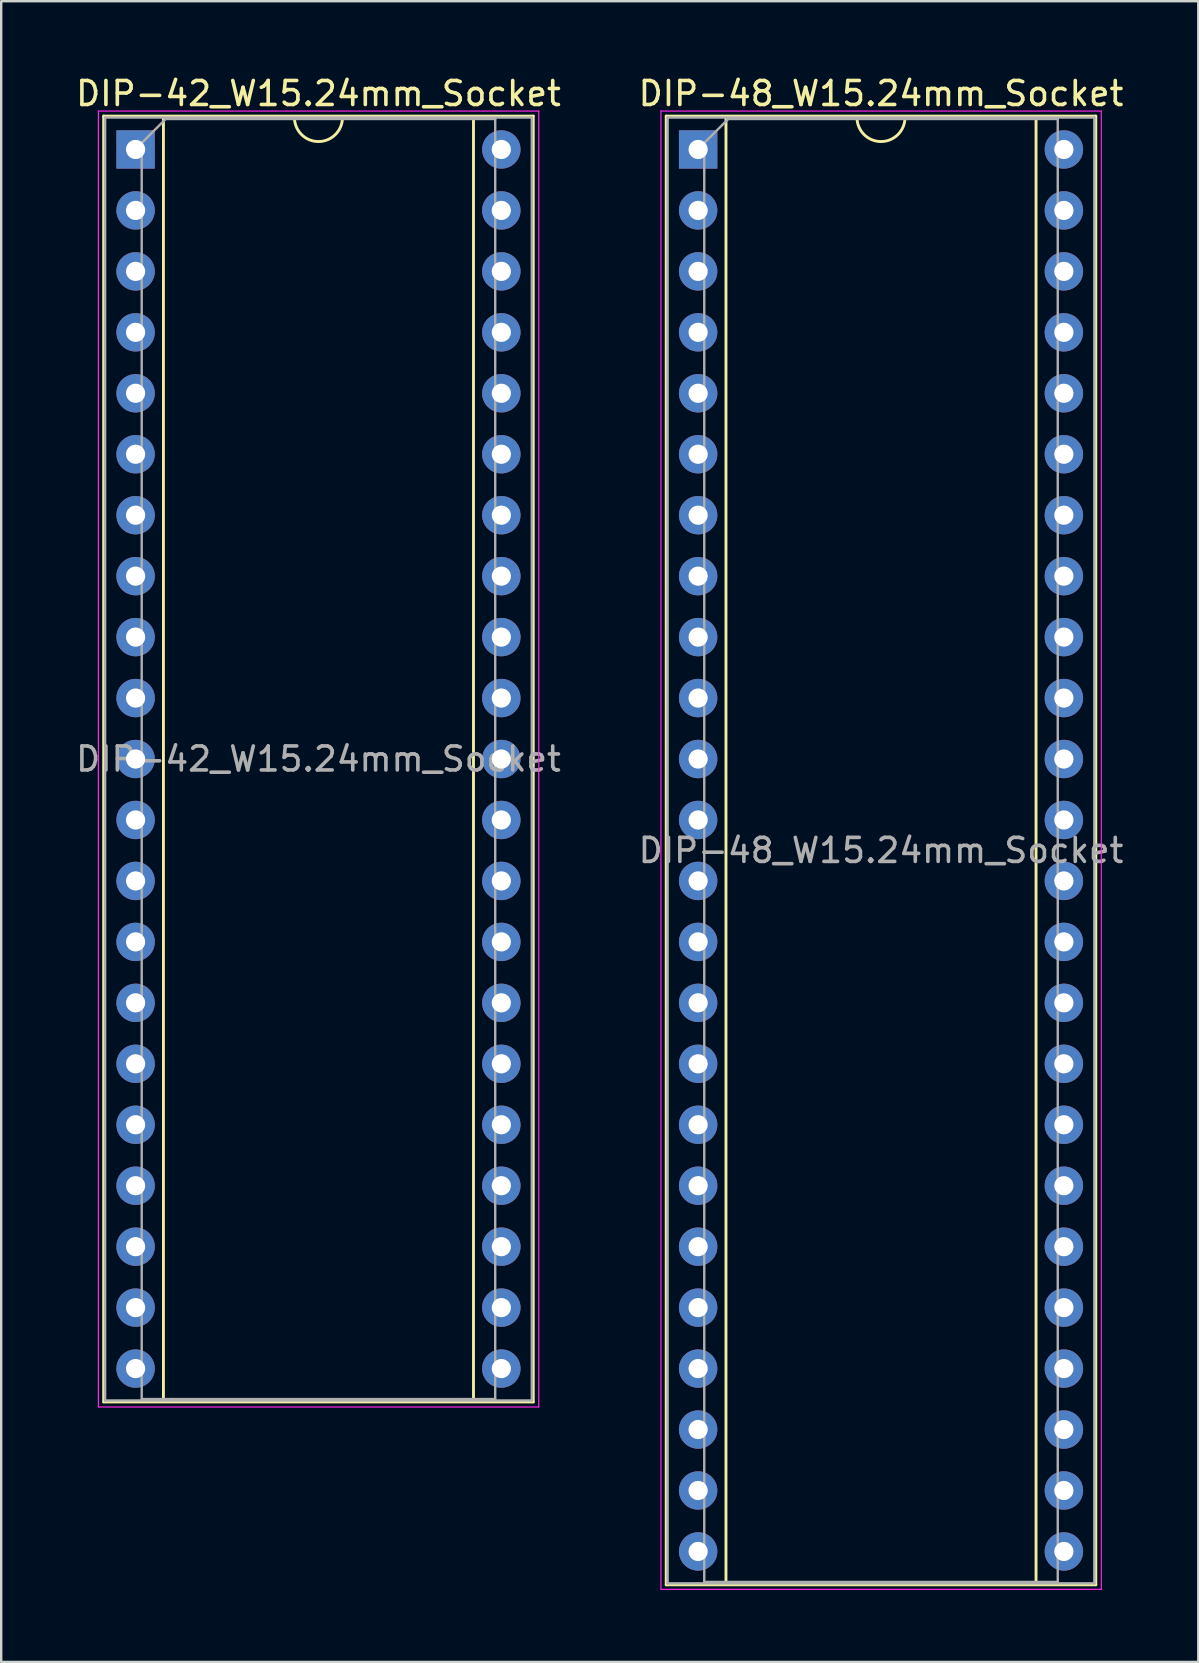
<source format=kicad_pcb>
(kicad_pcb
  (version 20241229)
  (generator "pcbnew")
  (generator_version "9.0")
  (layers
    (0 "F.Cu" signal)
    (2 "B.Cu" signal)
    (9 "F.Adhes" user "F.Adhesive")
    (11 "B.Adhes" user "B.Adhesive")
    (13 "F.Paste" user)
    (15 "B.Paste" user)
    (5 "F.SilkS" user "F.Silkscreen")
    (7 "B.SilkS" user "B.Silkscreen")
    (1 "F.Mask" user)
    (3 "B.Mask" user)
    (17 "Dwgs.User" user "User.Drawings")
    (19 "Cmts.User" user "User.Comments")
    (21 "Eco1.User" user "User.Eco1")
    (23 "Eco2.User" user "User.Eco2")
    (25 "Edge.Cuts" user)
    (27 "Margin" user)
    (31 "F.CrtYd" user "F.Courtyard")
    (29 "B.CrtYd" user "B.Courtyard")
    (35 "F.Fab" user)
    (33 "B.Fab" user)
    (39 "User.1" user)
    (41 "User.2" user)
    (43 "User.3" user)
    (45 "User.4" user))
  (footprint "DIP-42_W15.24mm_Socket"
    (layer "F.Cu")
    (at 2.6 3.178)
    (property "Reference" "DIP-42_W15.24mm_Socket" (at 7.62 -2.33 0) (layer "F.SilkS") (effects (font (size 1 1) (thickness 0.15))))
    (attr through_hole)
    (fp_line (start -1.33 -1.39) (end -1.33 52.19) (stroke (width 0.12) (type solid)) (layer "F.SilkS"))
    (fp_line (start -1.33 52.19) (end 16.57 52.19) (stroke (width 0.12) (type solid)) (layer "F.SilkS"))
    (fp_line (start 1.16 -1.33) (end 1.16 52.13) (stroke (width 0.12) (type solid)) (layer "F.SilkS"))
    (fp_line (start 1.16 52.13) (end 14.08 52.13) (stroke (width 0.12) (type solid)) (layer "F.SilkS"))
    (fp_line (start 6.62 -1.33) (end 1.16 -1.33) (stroke (width 0.12) (type solid)) (layer "F.SilkS"))
    (fp_line (start 14.08 -1.33) (end 8.62 -1.33) (stroke (width 0.12) (type solid)) (layer "F.SilkS"))
    (fp_line (start 14.08 52.13) (end 14.08 -1.33) (stroke (width 0.12) (type solid)) (layer "F.SilkS"))
    (fp_line (start 16.57 -1.39) (end -1.33 -1.39) (stroke (width 0.12) (type solid)) (layer "F.SilkS"))
    (fp_line (start 16.57 52.19) (end 16.57 -1.39) (stroke (width 0.12) (type solid)) (layer "F.SilkS"))
    (fp_arc (start 8.62 -1.33) (mid 7.62 -0.33) (end 6.62 -1.33) (stroke (width 0.12) (type solid)) (layer "F.SilkS"))
    (fp_line (start -1.55 -1.6) (end -1.55 52.4) (stroke (width 0.05) (type solid)) (layer "F.CrtYd"))
    (fp_line (start -1.55 52.4) (end 16.8 52.4) (stroke (width 0.05) (type solid)) (layer "F.CrtYd"))
    (fp_line (start 16.8 -1.6) (end -1.55 -1.6) (stroke (width 0.05) (type solid)) (layer "F.CrtYd"))
    (fp_line (start 16.8 52.4) (end 16.8 -1.6) (stroke (width 0.05) (type solid)) (layer "F.CrtYd"))
    (fp_line (start -1.27 -1.33) (end -1.27 52.13) (stroke (width 0.1) (type solid)) (layer "F.Fab"))
    (fp_line (start -1.27 52.13) (end 16.51 52.13) (stroke (width 0.1) (type solid)) (layer "F.Fab"))
    (fp_line (start 0.255 -0.27) (end 1.255 -1.27) (stroke (width 0.1) (type solid)) (layer "F.Fab"))
    (fp_line (start 0.255 52.07) (end 0.255 -0.27) (stroke (width 0.1) (type solid)) (layer "F.Fab"))
    (fp_line (start 1.255 -1.27) (end 14.985 -1.27) (stroke (width 0.1) (type solid)) (layer "F.Fab"))
    (fp_line (start 14.985 -1.27) (end 14.985 52.07) (stroke (width 0.1) (type solid)) (layer "F.Fab"))
    (fp_line (start 14.985 52.07) (end 0.255 52.07) (stroke (width 0.1) (type solid)) (layer "F.Fab"))
    (fp_line (start 16.51 -1.33) (end -1.27 -1.33) (stroke (width 0.1) (type solid)) (layer "F.Fab"))
    (fp_line (start 16.51 52.13) (end 16.51 -1.33) (stroke (width 0.1) (type solid)) (layer "F.Fab"))
    (fp_text user "${REFERENCE}" (at 7.62 25.4 0) (layer "F.Fab") (effects (font (size 1 1) (thickness 0.15))))
    (pad "1" thru_hole rect (at 0 0) (size 1.6 1.6) (drill 0.8) (layers "*.Cu" "*.Mask"))
    (pad "2" thru_hole oval (at 0 2.54) (size 1.6 1.6) (drill 0.8) (layers "*.Cu" "*.Mask"))
    (pad "3" thru_hole oval (at 0 5.08) (size 1.6 1.6) (drill 0.8) (layers "*.Cu" "*.Mask"))
    (pad "4" thru_hole oval (at 0 7.62) (size 1.6 1.6) (drill 0.8) (layers "*.Cu" "*.Mask"))
    (pad "5" thru_hole oval (at 0 10.16) (size 1.6 1.6) (drill 0.8) (layers "*.Cu" "*.Mask"))
    (pad "6" thru_hole oval (at 0 12.7) (size 1.6 1.6) (drill 0.8) (layers "*.Cu" "*.Mask"))
    (pad "7" thru_hole oval (at 0 15.24) (size 1.6 1.6) (drill 0.8) (layers "*.Cu" "*.Mask"))
    (pad "8" thru_hole oval (at 0 17.78) (size 1.6 1.6) (drill 0.8) (layers "*.Cu" "*.Mask"))
    (pad "9" thru_hole oval (at 0 20.32) (size 1.6 1.6) (drill 0.8) (layers "*.Cu" "*.Mask"))
    (pad "10" thru_hole oval (at 0 22.86) (size 1.6 1.6) (drill 0.8) (layers "*.Cu" "*.Mask"))
    (pad "11" thru_hole oval (at 0 25.4) (size 1.6 1.6) (drill 0.8) (layers "*.Cu" "*.Mask"))
    (pad "12" thru_hole oval (at 0 27.94) (size 1.6 1.6) (drill 0.8) (layers "*.Cu" "*.Mask"))
    (pad "13" thru_hole oval (at 0 30.48) (size 1.6 1.6) (drill 0.8) (layers "*.Cu" "*.Mask"))
    (pad "14" thru_hole oval (at 0 33.02) (size 1.6 1.6) (drill 0.8) (layers "*.Cu" "*.Mask"))
    (pad "15" thru_hole oval (at 0 35.56) (size 1.6 1.6) (drill 0.8) (layers "*.Cu" "*.Mask"))
    (pad "16" thru_hole oval (at 0 38.1) (size 1.6 1.6) (drill 0.8) (layers "*.Cu" "*.Mask"))
    (pad "17" thru_hole oval (at 0 40.64) (size 1.6 1.6) (drill 0.8) (layers "*.Cu" "*.Mask"))
    (pad "18" thru_hole oval (at 0 43.18) (size 1.6 1.6) (drill 0.8) (layers "*.Cu" "*.Mask"))
    (pad "19" thru_hole oval (at 0 45.72) (size 1.6 1.6) (drill 0.8) (layers "*.Cu" "*.Mask"))
    (pad "20" thru_hole oval (at 0 48.26) (size 1.6 1.6) (drill 0.8) (layers "*.Cu" "*.Mask"))
    (pad "21" thru_hole oval (at 0 50.8) (size 1.6 1.6) (drill 0.8) (layers "*.Cu" "*.Mask"))
    (pad "22" thru_hole oval (at 15.24 50.8) (size 1.6 1.6) (drill 0.8) (layers "*.Cu" "*.Mask"))
    (pad "23" thru_hole oval (at 15.24 48.26) (size 1.6 1.6) (drill 0.8) (layers "*.Cu" "*.Mask"))
    (pad "24" thru_hole oval (at 15.24 45.72) (size 1.6 1.6) (drill 0.8) (layers "*.Cu" "*.Mask"))
    (pad "25" thru_hole oval (at 15.24 43.18) (size 1.6 1.6) (drill 0.8) (layers "*.Cu" "*.Mask"))
    (pad "26" thru_hole oval (at 15.24 40.64) (size 1.6 1.6) (drill 0.8) (layers "*.Cu" "*.Mask"))
    (pad "27" thru_hole oval (at 15.24 38.1) (size 1.6 1.6) (drill 0.8) (layers "*.Cu" "*.Mask"))
    (pad "28" thru_hole oval (at 15.24 35.56) (size 1.6 1.6) (drill 0.8) (layers "*.Cu" "*.Mask"))
    (pad "29" thru_hole oval (at 15.24 33.02) (size 1.6 1.6) (drill 0.8) (layers "*.Cu" "*.Mask"))
    (pad "30" thru_hole oval (at 15.24 30.48) (size 1.6 1.6) (drill 0.8) (layers "*.Cu" "*.Mask"))
    (pad "31" thru_hole oval (at 15.24 27.94) (size 1.6 1.6) (drill 0.8) (layers "*.Cu" "*.Mask"))
    (pad "32" thru_hole oval (at 15.24 25.4) (size 1.6 1.6) (drill 0.8) (layers "*.Cu" "*.Mask"))
    (pad "33" thru_hole oval (at 15.24 22.86) (size 1.6 1.6) (drill 0.8) (layers "*.Cu" "*.Mask"))
    (pad "34" thru_hole oval (at 15.24 20.32) (size 1.6 1.6) (drill 0.8) (layers "*.Cu" "*.Mask"))
    (pad "35" thru_hole oval (at 15.24 17.78) (size 1.6 1.6) (drill 0.8) (layers "*.Cu" "*.Mask"))
    (pad "36" thru_hole oval (at 15.24 15.24) (size 1.6 1.6) (drill 0.8) (layers "*.Cu" "*.Mask"))
    (pad "37" thru_hole oval (at 15.24 12.7) (size 1.6 1.6) (drill 0.8) (layers "*.Cu" "*.Mask"))
    (pad "38" thru_hole oval (at 15.24 10.16) (size 1.6 1.6) (drill 0.8) (layers "*.Cu" "*.Mask"))
    (pad "39" thru_hole oval (at 15.24 7.62) (size 1.6 1.6) (drill 0.8) (layers "*.Cu" "*.Mask"))
    (pad "40" thru_hole oval (at 15.24 5.08) (size 1.6 1.6) (drill 0.8) (layers "*.Cu" "*.Mask"))
    (pad "41" thru_hole oval (at 15.24 2.54) (size 1.6 1.6) (drill 0.8) (layers "*.Cu" "*.Mask"))
    (pad "42" thru_hole oval (at 15.24 0) (size 1.6 1.6) (drill 0.8) (layers "*.Cu" "*.Mask")))
  (footprint "DIP-48_W15.24mm_Socket"
    (layer "F.Cu")
    (at 26.041 3.178)
    (property "Reference" "DIP-48_W15.24mm_Socket" (at 7.62 -2.33 0) (layer "F.SilkS") (effects (font (size 1 1) (thickness 0.15))))
    (attr through_hole)
    (fp_line (start -1.33 -1.39) (end -1.33 59.81) (stroke (width 0.12) (type solid)) (layer "F.SilkS"))
    (fp_line (start -1.33 59.81) (end 16.57 59.81) (stroke (width 0.12) (type solid)) (layer "F.SilkS"))
    (fp_line (start 1.16 -1.33) (end 1.16 59.75) (stroke (width 0.12) (type solid)) (layer "F.SilkS"))
    (fp_line (start 1.16 59.75) (end 14.08 59.75) (stroke (width 0.12) (type solid)) (layer "F.SilkS"))
    (fp_line (start 6.62 -1.33) (end 1.16 -1.33) (stroke (width 0.12) (type solid)) (layer "F.SilkS"))
    (fp_line (start 14.08 -1.33) (end 8.62 -1.33) (stroke (width 0.12) (type solid)) (layer "F.SilkS"))
    (fp_line (start 14.08 59.75) (end 14.08 -1.33) (stroke (width 0.12) (type solid)) (layer "F.SilkS"))
    (fp_line (start 16.57 -1.39) (end -1.33 -1.39) (stroke (width 0.12) (type solid)) (layer "F.SilkS"))
    (fp_line (start 16.57 59.81) (end 16.57 -1.39) (stroke (width 0.12) (type solid)) (layer "F.SilkS"))
    (fp_arc (start 8.62 -1.33) (mid 7.62 -0.33) (end 6.62 -1.33) (stroke (width 0.12) (type solid)) (layer "F.SilkS"))
    (fp_line (start -1.55 -1.6) (end -1.55 60) (stroke (width 0.05) (type solid)) (layer "F.CrtYd"))
    (fp_line (start -1.55 60) (end 16.8 60) (stroke (width 0.05) (type solid)) (layer "F.CrtYd"))
    (fp_line (start 16.8 -1.6) (end -1.55 -1.6) (stroke (width 0.05) (type solid)) (layer "F.CrtYd"))
    (fp_line (start 16.8 60) (end 16.8 -1.6) (stroke (width 0.05) (type solid)) (layer "F.CrtYd"))
    (fp_line (start -1.27 -1.33) (end -1.27 59.75) (stroke (width 0.1) (type solid)) (layer "F.Fab"))
    (fp_line (start -1.27 59.75) (end 16.51 59.75) (stroke (width 0.1) (type solid)) (layer "F.Fab"))
    (fp_line (start 0.255 -0.27) (end 1.255 -1.27) (stroke (width 0.1) (type solid)) (layer "F.Fab"))
    (fp_line (start 0.255 59.69) (end 0.255 -0.27) (stroke (width 0.1) (type solid)) (layer "F.Fab"))
    (fp_line (start 1.255 -1.27) (end 14.985 -1.27) (stroke (width 0.1) (type solid)) (layer "F.Fab"))
    (fp_line (start 14.985 -1.27) (end 14.985 59.69) (stroke (width 0.1) (type solid)) (layer "F.Fab"))
    (fp_line (start 14.985 59.69) (end 0.255 59.69) (stroke (width 0.1) (type solid)) (layer "F.Fab"))
    (fp_line (start 16.51 -1.33) (end -1.27 -1.33) (stroke (width 0.1) (type solid)) (layer "F.Fab"))
    (fp_line (start 16.51 59.75) (end 16.51 -1.33) (stroke (width 0.1) (type solid)) (layer "F.Fab"))
    (fp_text user "${REFERENCE}" (at 7.62 29.21 0) (layer "F.Fab") (effects (font (size 1 1) (thickness 0.15))))
    (pad "1" thru_hole rect (at 0 0) (size 1.6 1.6) (drill 0.8) (layers "*.Cu" "*.Mask"))
    (pad "2" thru_hole oval (at 0 2.54) (size 1.6 1.6) (drill 0.8) (layers "*.Cu" "*.Mask"))
    (pad "3" thru_hole oval (at 0 5.08) (size 1.6 1.6) (drill 0.8) (layers "*.Cu" "*.Mask"))
    (pad "4" thru_hole oval (at 0 7.62) (size 1.6 1.6) (drill 0.8) (layers "*.Cu" "*.Mask"))
    (pad "5" thru_hole oval (at 0 10.16) (size 1.6 1.6) (drill 0.8) (layers "*.Cu" "*.Mask"))
    (pad "6" thru_hole oval (at 0 12.7) (size 1.6 1.6) (drill 0.8) (layers "*.Cu" "*.Mask"))
    (pad "7" thru_hole oval (at 0 15.24) (size 1.6 1.6) (drill 0.8) (layers "*.Cu" "*.Mask"))
    (pad "8" thru_hole oval (at 0 17.78) (size 1.6 1.6) (drill 0.8) (layers "*.Cu" "*.Mask"))
    (pad "9" thru_hole oval (at 0 20.32) (size 1.6 1.6) (drill 0.8) (layers "*.Cu" "*.Mask"))
    (pad "10" thru_hole oval (at 0 22.86) (size 1.6 1.6) (drill 0.8) (layers "*.Cu" "*.Mask"))
    (pad "11" thru_hole oval (at 0 25.4) (size 1.6 1.6) (drill 0.8) (layers "*.Cu" "*.Mask"))
    (pad "12" thru_hole oval (at 0 27.94) (size 1.6 1.6) (drill 0.8) (layers "*.Cu" "*.Mask"))
    (pad "13" thru_hole oval (at 0 30.48) (size 1.6 1.6) (drill 0.8) (layers "*.Cu" "*.Mask"))
    (pad "14" thru_hole oval (at 0 33.02) (size 1.6 1.6) (drill 0.8) (layers "*.Cu" "*.Mask"))
    (pad "15" thru_hole oval (at 0 35.56) (size 1.6 1.6) (drill 0.8) (layers "*.Cu" "*.Mask"))
    (pad "16" thru_hole oval (at 0 38.1) (size 1.6 1.6) (drill 0.8) (layers "*.Cu" "*.Mask"))
    (pad "17" thru_hole oval (at 0 40.64) (size 1.6 1.6) (drill 0.8) (layers "*.Cu" "*.Mask"))
    (pad "18" thru_hole oval (at 0 43.18) (size 1.6 1.6) (drill 0.8) (layers "*.Cu" "*.Mask"))
    (pad "19" thru_hole oval (at 0 45.72) (size 1.6 1.6) (drill 0.8) (layers "*.Cu" "*.Mask"))
    (pad "20" thru_hole oval (at 0 48.26) (size 1.6 1.6) (drill 0.8) (layers "*.Cu" "*.Mask"))
    (pad "21" thru_hole oval (at 0 50.8) (size 1.6 1.6) (drill 0.8) (layers "*.Cu" "*.Mask"))
    (pad "22" thru_hole oval (at 0 53.34) (size 1.6 1.6) (drill 0.8) (layers "*.Cu" "*.Mask"))
    (pad "23" thru_hole oval (at 0 55.88) (size 1.6 1.6) (drill 0.8) (layers "*.Cu" "*.Mask"))
    (pad "24" thru_hole oval (at 0 58.42) (size 1.6 1.6) (drill 0.8) (layers "*.Cu" "*.Mask"))
    (pad "25" thru_hole oval (at 15.24 58.42) (size 1.6 1.6) (drill 0.8) (layers "*.Cu" "*.Mask"))
    (pad "26" thru_hole oval (at 15.24 55.88) (size 1.6 1.6) (drill 0.8) (layers "*.Cu" "*.Mask"))
    (pad "27" thru_hole oval (at 15.24 53.34) (size 1.6 1.6) (drill 0.8) (layers "*.Cu" "*.Mask"))
    (pad "28" thru_hole oval (at 15.24 50.8) (size 1.6 1.6) (drill 0.8) (layers "*.Cu" "*.Mask"))
    (pad "29" thru_hole oval (at 15.24 48.26) (size 1.6 1.6) (drill 0.8) (layers "*.Cu" "*.Mask"))
    (pad "30" thru_hole oval (at 15.24 45.72) (size 1.6 1.6) (drill 0.8) (layers "*.Cu" "*.Mask"))
    (pad "31" thru_hole oval (at 15.24 43.18) (size 1.6 1.6) (drill 0.8) (layers "*.Cu" "*.Mask"))
    (pad "32" thru_hole oval (at 15.24 40.64) (size 1.6 1.6) (drill 0.8) (layers "*.Cu" "*.Mask"))
    (pad "33" thru_hole oval (at 15.24 38.1) (size 1.6 1.6) (drill 0.8) (layers "*.Cu" "*.Mask"))
    (pad "34" thru_hole oval (at 15.24 35.56) (size 1.6 1.6) (drill 0.8) (layers "*.Cu" "*.Mask"))
    (pad "35" thru_hole oval (at 15.24 33.02) (size 1.6 1.6) (drill 0.8) (layers "*.Cu" "*.Mask"))
    (pad "36" thru_hole oval (at 15.24 30.48) (size 1.6 1.6) (drill 0.8) (layers "*.Cu" "*.Mask"))
    (pad "37" thru_hole oval (at 15.24 27.94) (size 1.6 1.6) (drill 0.8) (layers "*.Cu" "*.Mask"))
    (pad "38" thru_hole oval (at 15.24 25.4) (size 1.6 1.6) (drill 0.8) (layers "*.Cu" "*.Mask"))
    (pad "39" thru_hole oval (at 15.24 22.86) (size 1.6 1.6) (drill 0.8) (layers "*.Cu" "*.Mask"))
    (pad "40" thru_hole oval (at 15.24 20.32) (size 1.6 1.6) (drill 0.8) (layers "*.Cu" "*.Mask"))
    (pad "41" thru_hole oval (at 15.24 17.78) (size 1.6 1.6) (drill 0.8) (layers "*.Cu" "*.Mask"))
    (pad "42" thru_hole oval (at 15.24 15.24) (size 1.6 1.6) (drill 0.8) (layers "*.Cu" "*.Mask"))
    (pad "43" thru_hole oval (at 15.24 12.7) (size 1.6 1.6) (drill 0.8) (layers "*.Cu" "*.Mask"))
    (pad "44" thru_hole oval (at 15.24 10.16) (size 1.6 1.6) (drill 0.8) (layers "*.Cu" "*.Mask"))
    (pad "45" thru_hole oval (at 15.24 7.62) (size 1.6 1.6) (drill 0.8) (layers "*.Cu" "*.Mask"))
    (pad "46" thru_hole oval (at 15.24 5.08) (size 1.6 1.6) (drill 0.8) (layers "*.Cu" "*.Mask"))
    (pad "47" thru_hole oval (at 15.24 2.54) (size 1.6 1.6) (drill 0.8) (layers "*.Cu" "*.Mask"))
    (pad "48" thru_hole oval (at 15.24 0) (size 1.6 1.6) (drill 0.8) (layers "*.Cu" "*.Mask")))
  (gr_rect
    (start -3 -3)
    (end 46.881 66.203)
    (stroke (width 0.1) (type default))
    (fill no)
    (layer "Edge.Cuts")))
</source>
